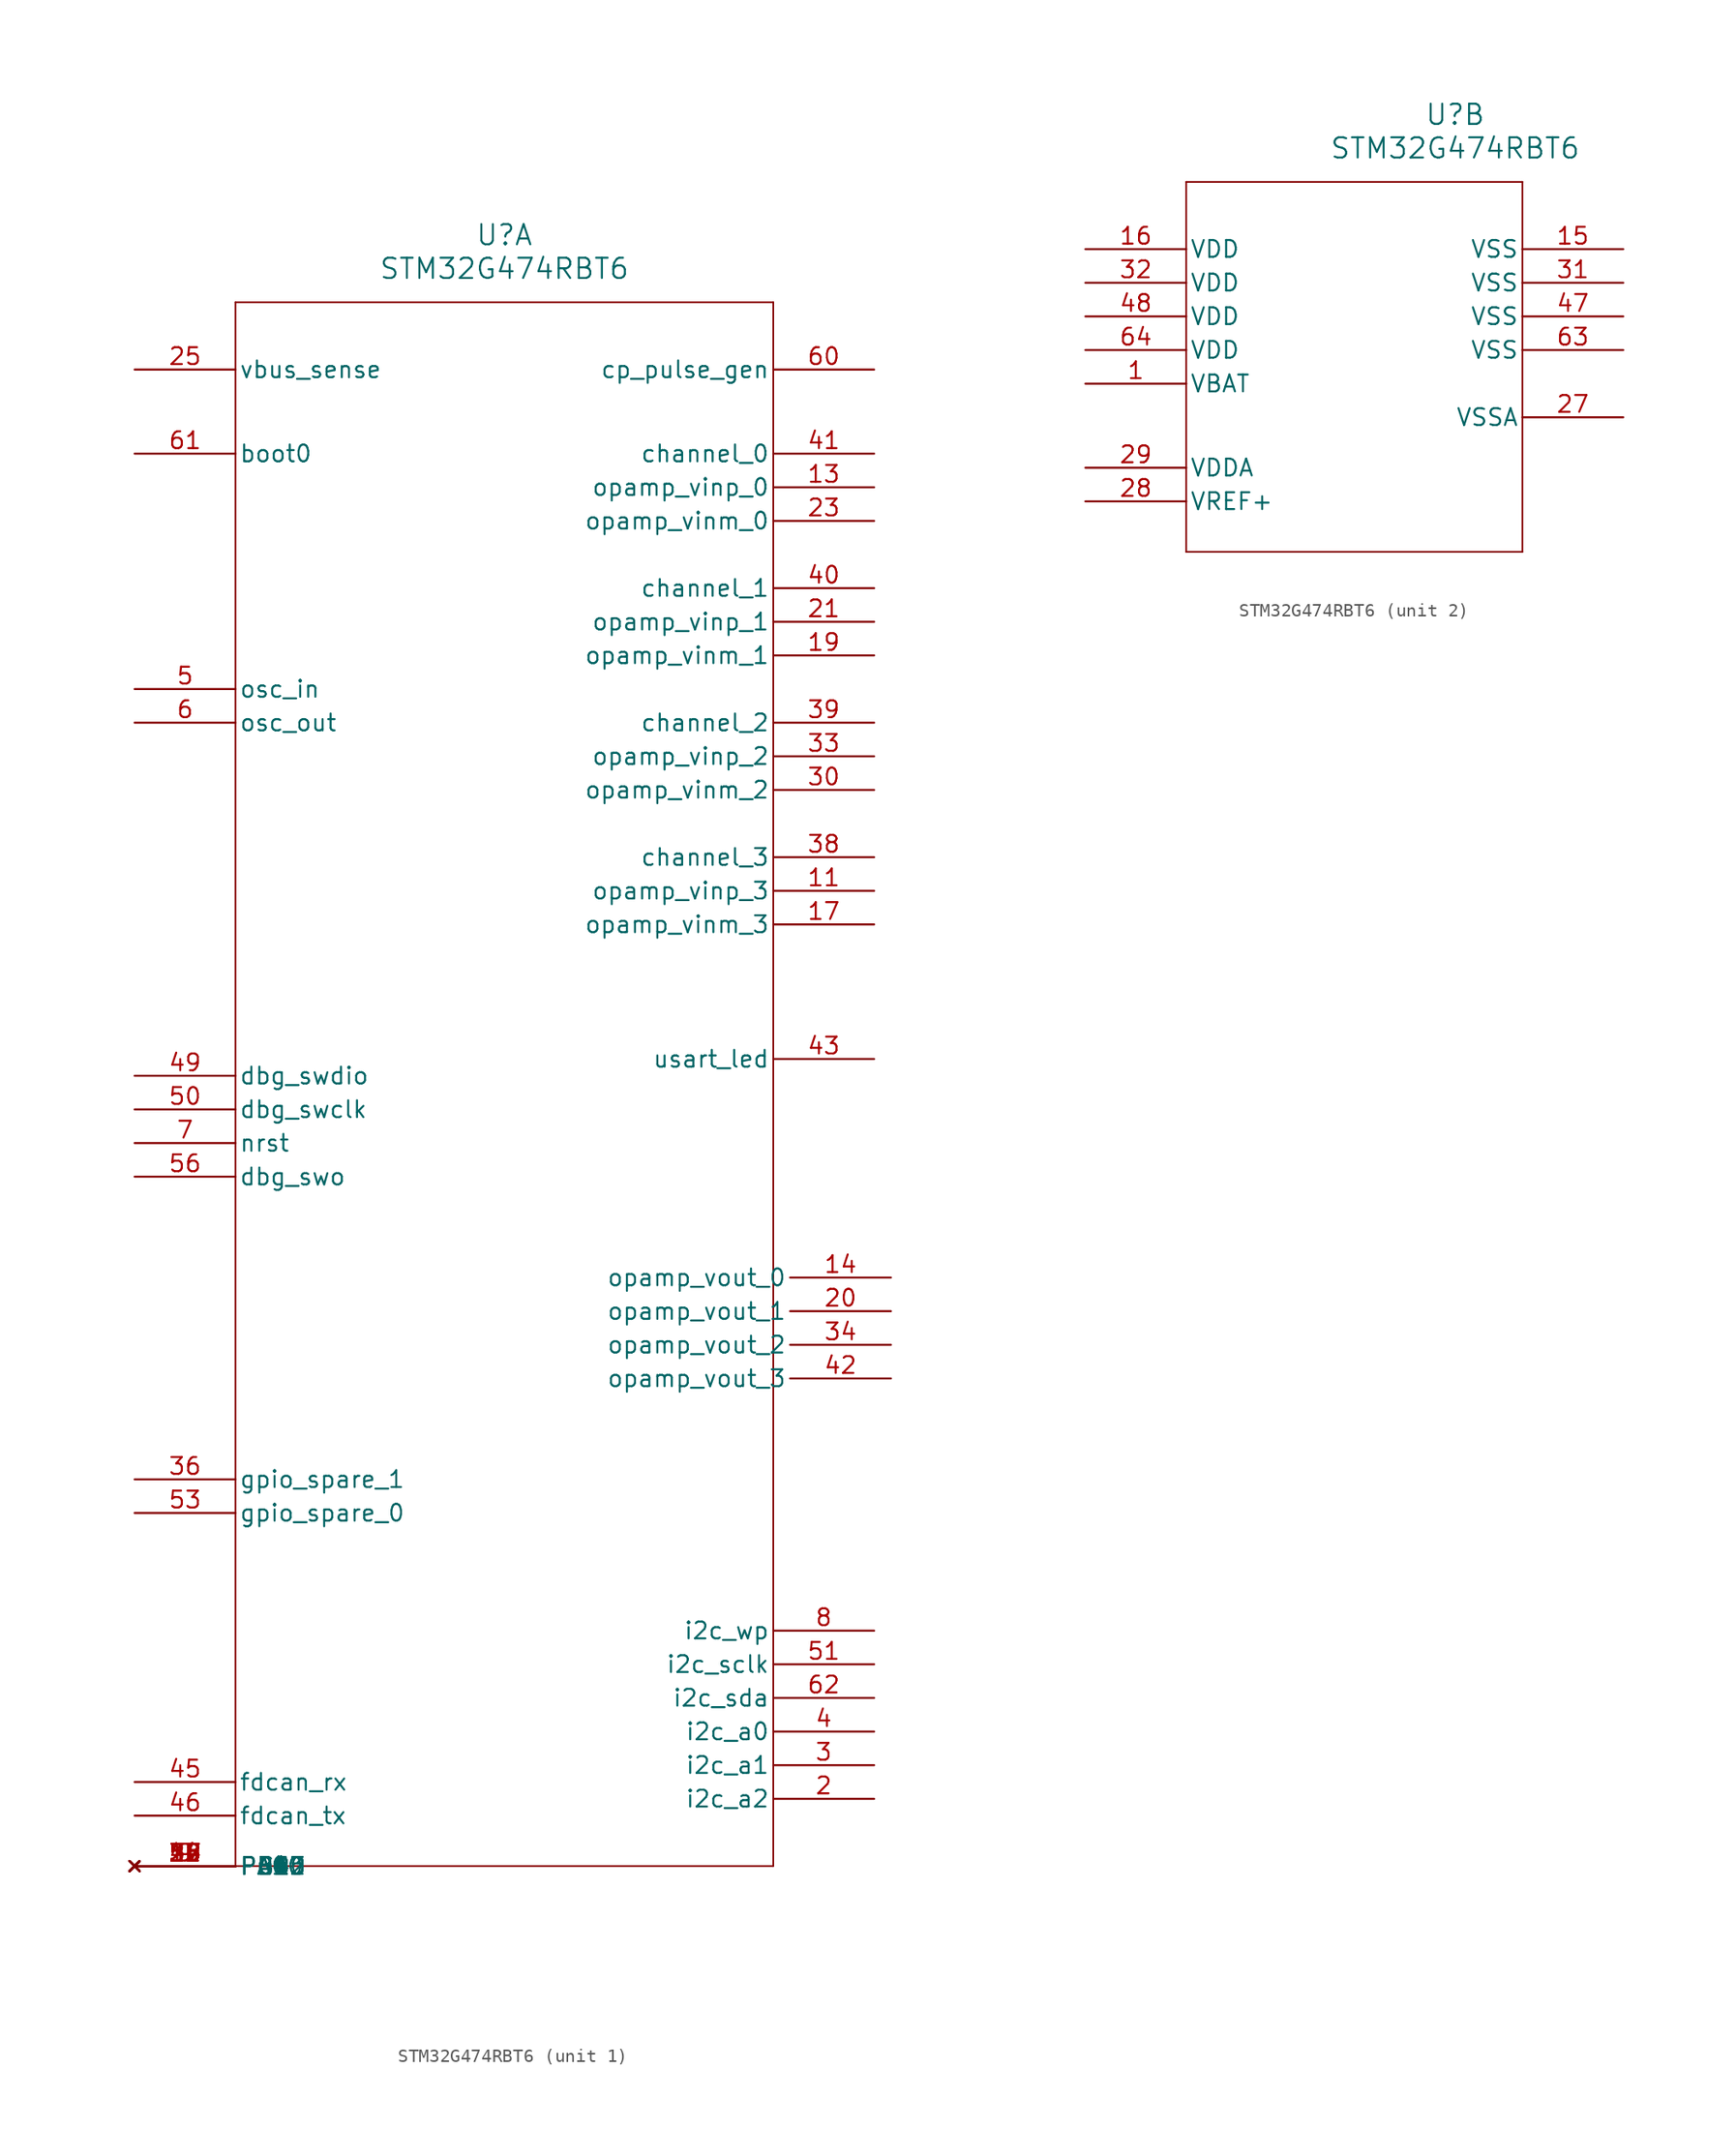
<source format=kicad_sym>
(kicad_symbol_lib
  (version 20241209)
  (generator "kicad_symbol_editor")
  (generator_version "9.0")
  (symbol "STM32G474RBT6"
    (pin_names
      (offset 0.254))
    (property "Reference" "U"
      (at 27.94 10.16 0)
      (effects (font (size 1.524 1.524))))
    (property "Value" "STM32G474RBT6"
      (at 27.94 7.62 0)
      (effects (font (size 1.524 1.524))))
    (property "ki_locked" ""
      (at 0 0 0)
      (effects (font (size 1.27 1.27))))
    (symbol "STM32G474RBT6_1_1"
      (polyline (pts (xy 7.62 5.08) (xy 7.62 -113.03)) (stroke (width 0.127) (type default)) (fill (type none)))
      (polyline (pts (xy 7.62 -113.03) (xy 48.26 -113.03)) (stroke (width 0.127) (type default)) (fill (type none)))
      (polyline (pts (xy 48.26 5.08) (xy 7.62 5.08)) (stroke (width 0.127) (type default)) (fill (type none)))
      (polyline (pts (xy 48.26 -113.03) (xy 48.26 5.08)) (stroke (width 0.127) (type default)) (fill (type none)))
      (pin unspecified line (at 0 0 0) (length 7.62) (name "vbus_sense" (effects (font (size 1.27 1.27)))) (number "25" (effects (font (size 1.27 1.27)))))
      (pin unspecified line (at 0 -6.35 0) (length 7.62) (name "boot0" (effects (font (size 1.27 1.27)))) (number "61" (effects (font (size 1.27 1.27)))))
      (pin unspecified line (at 0 -24.13 0) (length 7.62) (name "osc_in" (effects (font (size 1.27 1.27)))) (number "5" (effects (font (size 1.27 1.27)))))
      (pin unspecified line (at 0 -26.67 0) (length 7.62) (name "osc_out" (effects (font (size 1.27 1.27)))) (number "6" (effects (font (size 1.27 1.27)))))
      (pin unspecified line (at 0 -53.34 0) (length 7.62) (name "dbg_swdio" (effects (font (size 1.27 1.27)))) (number "49" (effects (font (size 1.27 1.27)))))
      (pin unspecified line (at 0 -55.88 0) (length 7.62) (name "dbg_swclk" (effects (font (size 1.27 1.27)))) (number "50" (effects (font (size 1.27 1.27)))))
      (pin unspecified line (at 0 -58.42 0) (length 7.62) (name "nrst" (effects (font (size 1.27 1.27)))) (number "7" (effects (font (size 1.27 1.27)))))
      (pin unspecified line (at 0 -60.96 0) (length 7.62) (name "dbg_swo" (effects (font (size 1.27 1.27)))) (number "56" (effects (font (size 1.27 1.27)))))
      (pin unspecified line (at 0 -83.82 0) (length 7.62) (name "gpio_spare_1" (effects (font (size 1.27 1.27)))) (number "36" (effects (font (size 1.27 1.27)))))
      (pin unspecified line (at 0 -86.36 0) (length 7.62) (name "gpio_spare_0" (effects (font (size 1.27 1.27)))) (number "53" (effects (font (size 1.27 1.27)))))
      (pin unspecified line (at 0 -106.68 0) (length 7.62) (name "fdcan_rx" (effects (font (size 1.27 1.27)))) (number "45" (effects (font (size 1.27 1.27)))))
      (pin unspecified line (at 0 -109.22 0) (length 7.62) (name "fdcan_tx" (effects (font (size 1.27 1.27)))) (number "46" (effects (font (size 1.27 1.27)))))
      (pin no_connect line (at 0 -113.03 0) (length 7.62) (name "PC2" (effects (font (size 1.27 1.27)))) (number "10" (effects (font (size 1.27 1.27)))))
      (pin no_connect line (at 0 -113.03 0) (length 7.62) (name "PA0" (effects (font (size 1.27 1.27)))) (number "12" (effects (font (size 1.27 1.27)))))
      (pin no_connect line (at 0 -113.03 0) (length 7.62) (name "PA4" (effects (font (size 1.27 1.27)))) (number "18" (effects (font (size 1.27 1.27)))))
      (pin no_connect line (at 0 -113.03 0) (length 7.62) (name "PC4" (effects (font (size 1.27 1.27)))) (number "22" (effects (font (size 1.27 1.27)))))
      (pin no_connect line (at 0 -113.03 0) (length 7.62) (name "PB0" (effects (font (size 1.27 1.27)))) (number "24" (effects (font (size 1.27 1.27)))))
      (pin no_connect line (at 0 -113.03 0) (length 7.62) (name "PB2" (effects (font (size 1.27 1.27)))) (number "26" (effects (font (size 1.27 1.27)))))
      (pin no_connect line (at 0 -113.03 0) (length 7.62) (name "PB13" (effects (font (size 1.27 1.27)))) (number "35" (effects (font (size 1.27 1.27)))))
      (pin no_connect line (at 0 -113.03 0) (length 7.62) (name "PB15" (effects (font (size 1.27 1.27)))) (number "37" (effects (font (size 1.27 1.27)))))
      (pin no_connect line (at 0 -113.03 0) (length 7.62) (name "PA10" (effects (font (size 1.27 1.27)))) (number "44" (effects (font (size 1.27 1.27)))))
      (pin no_connect line (at 0 -113.03 0) (length 7.62) (name "PC10" (effects (font (size 1.27 1.27)))) (number "52" (effects (font (size 1.27 1.27)))))
      (pin no_connect line (at 0 -113.03 0) (length 7.62) (name "PC12" (effects (font (size 1.27 1.27)))) (number "54" (effects (font (size 1.27 1.27)))))
      (pin no_connect line (at 0 -113.03 0) (length 7.62) (name "PD2" (effects (font (size 1.27 1.27)))) (number "55" (effects (font (size 1.27 1.27)))))
      (pin no_connect line (at 0 -113.03 0) (length 7.62) (name "PB4" (effects (font (size 1.27 1.27)))) (number "57" (effects (font (size 1.27 1.27)))))
      (pin no_connect line (at 0 -113.03 0) (length 7.62) (name "PB5" (effects (font (size 1.27 1.27)))) (number "58" (effects (font (size 1.27 1.27)))))
      (pin no_connect line (at 0 -113.03 0) (length 7.62) (name "PB6" (effects (font (size 1.27 1.27)))) (number "59" (effects (font (size 1.27 1.27)))))
      (pin no_connect line (at 0 -113.03 0) (length 7.62) (name "PC1" (effects (font (size 1.27 1.27)))) (number "9" (effects (font (size 1.27 1.27)))))
      (pin unspecified line (at 55.88 0 180) (length 7.62) (name "cp_pulse_gen" (effects (font (size 1.27 1.27)))) (number "60" (effects (font (size 1.27 1.27)))))
      (pin unspecified line (at 55.88 -6.35 180) (length 7.62) (name "channel_0" (effects (font (size 1.27 1.27)))) (number "41" (effects (font (size 1.27 1.27)))))
      (pin unspecified line (at 55.88 -8.89 180) (length 7.62) (name "opamp_vinp_0" (effects (font (size 1.27 1.27)))) (number "13" (effects (font (size 1.27 1.27)))))
      (pin unspecified line (at 55.88 -11.43 180) (length 7.62) (name "opamp_vinm_0" (effects (font (size 1.27 1.27)))) (number "23" (effects (font (size 1.27 1.27)))))
      (pin unspecified line (at 55.88 -16.51 180) (length 7.62) (name "channel_1" (effects (font (size 1.27 1.27)))) (number "40" (effects (font (size 1.27 1.27)))))
      (pin unspecified line (at 55.88 -19.05 180) (length 7.62) (name "opamp_vinp_1" (effects (font (size 1.27 1.27)))) (number "21" (effects (font (size 1.27 1.27)))))
      (pin unspecified line (at 55.88 -21.59 180) (length 7.62) (name "opamp_vinm_1" (effects (font (size 1.27 1.27)))) (number "19" (effects (font (size 1.27 1.27)))))
      (pin unspecified line (at 55.88 -26.67 180) (length 7.62) (name "channel_2" (effects (font (size 1.27 1.27)))) (number "39" (effects (font (size 1.27 1.27)))))
      (pin unspecified line (at 55.88 -29.21 180) (length 7.62) (name "opamp_vinp_2" (effects (font (size 1.27 1.27)))) (number "33" (effects (font (size 1.27 1.27)))))
      (pin unspecified line (at 55.88 -31.75 180) (length 7.62) (name "opamp_vinm_2" (effects (font (size 1.27 1.27)))) (number "30" (effects (font (size 1.27 1.27)))))
      (pin unspecified line (at 55.88 -36.83 180) (length 7.62) (name "channel_3" (effects (font (size 1.27 1.27)))) (number "38" (effects (font (size 1.27 1.27)))))
      (pin unspecified line (at 55.88 -39.37 180) (length 7.62) (name "opamp_vinp_3" (effects (font (size 1.27 1.27)))) (number "11" (effects (font (size 1.27 1.27)))))
      (pin unspecified line (at 55.88 -41.91 180) (length 7.62) (name "opamp_vinm_3" (effects (font (size 1.27 1.27)))) (number "17" (effects (font (size 1.27 1.27)))))
      (pin unspecified line (at 55.88 -52.07 180) (length 7.62) (name "usart_led" (effects (font (size 1.27 1.27)))) (number "43" (effects (font (size 1.27 1.27)))))
      (pin output line (at 55.88 -95.25 180) (length 7.62) (name "i2c_wp" (effects (font (size 1.27 1.27)))) (number "8" (effects (font (size 1.27 1.27)))))
      (pin unspecified line (at 55.88 -97.79 180) (length 7.62) (name "i2c_sclk" (effects (font (size 1.27 1.27)))) (number "51" (effects (font (size 1.27 1.27)))))
      (pin unspecified line (at 55.88 -100.33 180) (length 7.62) (name "i2c_sda" (effects (font (size 1.27 1.27)))) (number "62" (effects (font (size 1.27 1.27)))))
      (pin unspecified line (at 55.88 -102.87 180) (length 7.62) (name "i2c_a0" (effects (font (size 1.27 1.27)))) (number "4" (effects (font (size 1.27 1.27)))))
      (pin unspecified line (at 55.88 -105.41 180) (length 7.62) (name "i2c_a1" (effects (font (size 1.27 1.27)))) (number "3" (effects (font (size 1.27 1.27)))))
      (pin unspecified line (at 55.88 -107.95 180) (length 7.62) (name "i2c_a2" (effects (font (size 1.27 1.27)))) (number "2" (effects (font (size 1.27 1.27)))))
      (pin unspecified line (at 57.15 -68.58 180) (length 7.62) (name "opamp_vout_0" (effects (font (size 1.27 1.27)))) (number "14" (effects (font (size 1.27 1.27)))))
      (pin unspecified line (at 57.15 -71.12 180) (length 7.62) (name "opamp_vout_1" (effects (font (size 1.27 1.27)))) (number "20" (effects (font (size 1.27 1.27)))))
      (pin unspecified line (at 57.15 -73.66 180) (length 7.62) (name "opamp_vout_2" (effects (font (size 1.27 1.27)))) (number "34" (effects (font (size 1.27 1.27)))))
      (pin unspecified line (at 57.15 -76.2 180) (length 7.62) (name "opamp_vout_3" (effects (font (size 1.27 1.27)))) (number "42" (effects (font (size 1.27 1.27))))))
    (symbol "STM32G474RBT6_2_1"
      (polyline (pts (xy 7.62 5.08) (xy 7.62 -22.86)) (stroke (width 0.127) (type default)) (fill (type none)))
      (polyline (pts (xy 7.62 -22.86) (xy 33.02 -22.86)) (stroke (width 0.127) (type default)) (fill (type none)))
      (polyline (pts (xy 33.02 5.08) (xy 7.62 5.08)) (stroke (width 0.127) (type default)) (fill (type none)))
      (polyline (pts (xy 33.02 -22.86) (xy 33.02 5.08)) (stroke (width 0.127) (type default)) (fill (type none)))
      (pin power_in line (at 0 0 0) (length 7.62) (name "VDD" (effects (font (size 1.27 1.27)))) (number "16" (effects (font (size 1.27 1.27)))))
      (pin power_in line (at 0 -2.54 0) (length 7.62) (name "VDD" (effects (font (size 1.27 1.27)))) (number "32" (effects (font (size 1.27 1.27)))))
      (pin power_in line (at 0 -5.08 0) (length 7.62) (name "VDD" (effects (font (size 1.27 1.27)))) (number "48" (effects (font (size 1.27 1.27)))))
      (pin power_in line (at 0 -7.62 0) (length 7.62) (name "VDD" (effects (font (size 1.27 1.27)))) (number "64" (effects (font (size 1.27 1.27)))))
      (pin power_in line (at 0 -10.16 0) (length 7.62) (name "VBAT" (effects (font (size 1.27 1.27)))) (number "1" (effects (font (size 1.27 1.27)))))
      (pin power_in line (at 0 -16.51 0) (length 7.62) (name "VDDA" (effects (font (size 1.27 1.27)))) (number "29" (effects (font (size 1.27 1.27)))))
      (pin power_in line (at 0 -19.05 0) (length 7.62) (name "VREF+" (effects (font (size 1.27 1.27)))) (number "28" (effects (font (size 1.27 1.27)))))
      (pin power_in line (at 40.64 0 180) (length 7.62) (name "VSS" (effects (font (size 1.27 1.27)))) (number "15" (effects (font (size 1.27 1.27)))))
      (pin power_in line (at 40.64 -2.54 180) (length 7.62) (name "VSS" (effects (font (size 1.27 1.27)))) (number "31" (effects (font (size 1.27 1.27)))))
      (pin power_in line (at 40.64 -5.08 180) (length 7.62) (name "VSS" (effects (font (size 1.27 1.27)))) (number "47" (effects (font (size 1.27 1.27)))))
      (pin power_in line (at 40.64 -7.62 180) (length 7.62) (name "VSS" (effects (font (size 1.27 1.27)))) (number "63" (effects (font (size 1.27 1.27)))))
      (pin power_in line (at 40.64 -12.7 180) (length 7.62) (name "VSSA" (effects (font (size 1.27 1.27)))) (number "27" (effects (font (size 1.27 1.27))))))))
</source>
